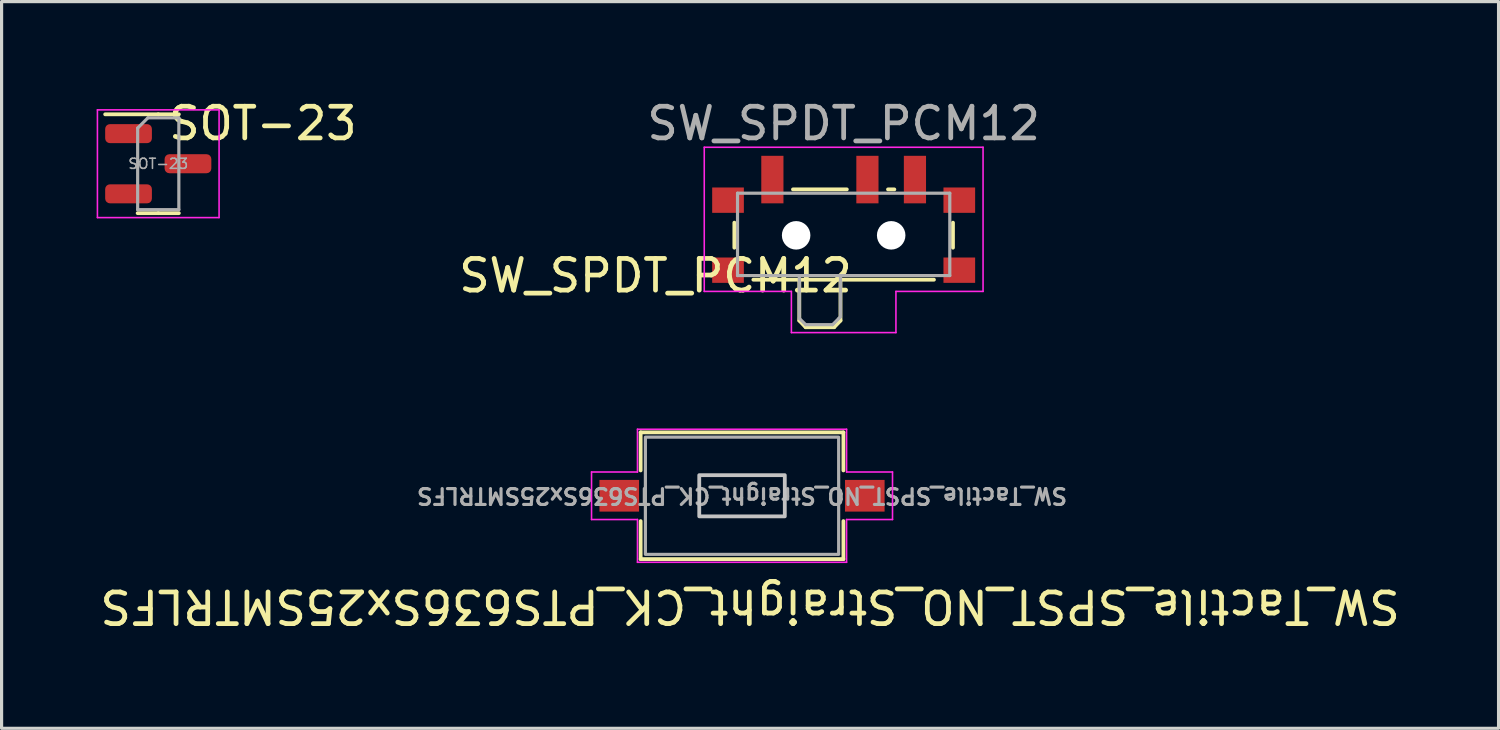
<source format=kicad_pcb>
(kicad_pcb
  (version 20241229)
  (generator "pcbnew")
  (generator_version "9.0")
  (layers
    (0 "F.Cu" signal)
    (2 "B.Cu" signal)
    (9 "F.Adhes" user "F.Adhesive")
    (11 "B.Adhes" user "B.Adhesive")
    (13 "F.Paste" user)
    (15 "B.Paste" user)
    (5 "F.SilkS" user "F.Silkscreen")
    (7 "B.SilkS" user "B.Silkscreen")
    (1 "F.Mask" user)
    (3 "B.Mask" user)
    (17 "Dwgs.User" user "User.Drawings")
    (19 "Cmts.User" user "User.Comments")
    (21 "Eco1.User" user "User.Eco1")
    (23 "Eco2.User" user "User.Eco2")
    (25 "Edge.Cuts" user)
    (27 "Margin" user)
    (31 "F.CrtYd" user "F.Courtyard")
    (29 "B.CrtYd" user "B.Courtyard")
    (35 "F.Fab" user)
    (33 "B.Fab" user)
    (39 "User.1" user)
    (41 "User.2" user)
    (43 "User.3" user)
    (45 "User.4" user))
  (footprint "SW_Tactile_SPST_NO_Straight_CK_PTS636Sx25SMTRLFS"
    (layer "F.Cu")
    (at 20.371 12.598)
    (property "Reference" "SW_Tactile_SPST_NO_Straight_CK_PTS636Sx25SMTRLFS" (at 0.254 3.491 180) (unlocked yes) (layer "F.SilkS") (effects (font (size 1 1) (thickness 0.15))))
    (attr smd)
    (fp_line (start -3.2 -2) (end -3.2 -0.8) (stroke (width 0.12) (type solid)) (layer "F.SilkS"))
    (fp_line (start -3.2 0.8) (end -3.2 2) (stroke (width 0.12) (type solid)) (layer "F.SilkS"))
    (fp_line (start -3.2 2) (end 3.2 2) (stroke (width 0.12) (type solid)) (layer "F.SilkS"))
    (fp_line (start 3.2 -2) (end -3.2 -2) (stroke (width 0.12) (type solid)) (layer "F.SilkS"))
    (fp_line (start 3.2 -0.8) (end 3.2 -2) (stroke (width 0.12) (type solid)) (layer "F.SilkS"))
    (fp_line (start 3.2 2) (end 3.2 0.8) (stroke (width 0.12) (type solid)) (layer "F.SilkS"))
    (fp_rect (start -1.35 -0.65) (end 1.35 0.65) (stroke (width 0.12) (type solid)) (fill no) (layer "Dwgs.User"))
    (fp_line (start -4.75 -0.75) (end -3.3 -0.75) (stroke (width 0.05) (type solid)) (layer "F.CrtYd"))
    (fp_line (start -4.75 0.75) (end -4.75 -0.75) (stroke (width 0.05) (type solid)) (layer "F.CrtYd"))
    (fp_line (start -3.3 -2.1) (end 3.3 -2.1) (stroke (width 0.05) (type solid)) (layer "F.CrtYd"))
    (fp_line (start -3.3 -0.75) (end -3.3 -2.1) (stroke (width 0.05) (type solid)) (layer "F.CrtYd"))
    (fp_line (start -3.3 0.75) (end -4.75 0.75) (stroke (width 0.05) (type solid)) (layer "F.CrtYd"))
    (fp_line (start -3.3 2.1) (end -3.3 0.75) (stroke (width 0.05) (type solid)) (layer "F.CrtYd"))
    (fp_line (start 3.3 -2.1) (end 3.3 -0.75) (stroke (width 0.05) (type solid)) (layer "F.CrtYd"))
    (fp_line (start 3.3 -0.75) (end 4.75 -0.75) (stroke (width 0.05) (type solid)) (layer "F.CrtYd"))
    (fp_line (start 3.3 0.75) (end 3.3 2.1) (stroke (width 0.05) (type solid)) (layer "F.CrtYd"))
    (fp_line (start 3.3 2.1) (end -3.3 2.1) (stroke (width 0.05) (type solid)) (layer "F.CrtYd"))
    (fp_line (start 4.75 -0.75) (end 4.75 0.75) (stroke (width 0.05) (type solid)) (layer "F.CrtYd"))
    (fp_line (start 4.75 0.75) (end 3.3 0.75) (stroke (width 0.05) (type solid)) (layer "F.CrtYd"))
    (fp_rect (start -3.05 -1.85) (end 3.05 1.85) (stroke (width 0.1) (type solid)) (fill no) (layer "F.Fab"))
    (fp_text user "${REFERENCE}" (at 0 0 180) (unlocked yes) (layer "F.Fab") (effects (font (size 0.5 0.5) (thickness 0.1))))
    (pad "1" smd rect (at -3.875 0 180) (size 1.25 1) (layers "F.Cu" "F.Mask" "F.Paste"))
    (pad "2" smd rect (at 3.875 0 180) (size 1.25 1) (layers "F.Cu" "F.Mask" "F.Paste")))
  (footprint "SW_SPDT_PCM12"
    (layer "F.Cu")
    (at 23.579 4.048)
    (property "Reference" "SW_SPDT_PCM12" (at -5.939 1.604 180) (layer "F.SilkS") (effects (font (size 1 1) (thickness 0.15))))
    (attr smd)
    (fp_line (start -3.45 -0.07) (end -3.45 0.72) (stroke (width 0.12) (type solid)) (layer "F.SilkS"))
    (fp_line (start -2.85 1.73) (end 2.85 1.73) (stroke (width 0.12) (type solid)) (layer "F.SilkS"))
    (fp_line (start -1.6 -1.12) (end 0.1 -1.12) (stroke (width 0.12) (type solid)) (layer "F.SilkS"))
    (fp_line (start -1.4 1.73) (end -1.4 3.02) (stroke (width 0.12) (type solid)) (layer "F.SilkS"))
    (fp_line (start -1.4 3.02) (end -1.2 3.23) (stroke (width 0.12) (type solid)) (layer "F.SilkS"))
    (fp_line (start -1.2 3.23) (end -0.3 3.23) (stroke (width 0.12) (type solid)) (layer "F.SilkS"))
    (fp_line (start -0.1 3.02) (end -0.3 3.23) (stroke (width 0.12) (type solid)) (layer "F.SilkS"))
    (fp_line (start -0.1 3.02) (end -0.1 1.73) (stroke (width 0.12) (type solid)) (layer "F.SilkS"))
    (fp_line (start 1.4 -1.12) (end 1.6 -1.12) (stroke (width 0.12) (type solid)) (layer "F.SilkS"))
    (fp_line (start 3.45 0.72) (end 3.45 -0.07) (stroke (width 0.12) (type solid)) (layer "F.SilkS"))
    (fp_line (start -4.4 -2.45) (end 4.4 -2.45) (stroke (width 0.05) (type solid)) (layer "F.CrtYd"))
    (fp_line (start -4.4 2.1) (end -4.4 -2.45) (stroke (width 0.05) (type solid)) (layer "F.CrtYd"))
    (fp_line (start -1.65 2.1) (end -4.4 2.1) (stroke (width 0.05) (type solid)) (layer "F.CrtYd"))
    (fp_line (start -1.65 3.4) (end -1.65 2.1) (stroke (width 0.05) (type solid)) (layer "F.CrtYd"))
    (fp_line (start 1.65 2.1) (end 1.65 3.4) (stroke (width 0.05) (type solid)) (layer "F.CrtYd"))
    (fp_line (start 1.65 3.4) (end -1.65 3.4) (stroke (width 0.05) (type solid)) (layer "F.CrtYd"))
    (fp_line (start 4.4 -2.45) (end 4.4 2.1) (stroke (width 0.05) (type solid)) (layer "F.CrtYd"))
    (fp_line (start 4.4 2.1) (end 1.65 2.1) (stroke (width 0.05) (type solid)) (layer "F.CrtYd"))
    (fp_line (start -3.35 -1) (end -3.35 1.6) (stroke (width 0.1) (type solid)) (layer "F.Fab"))
    (fp_line (start -3.35 1.6) (end 3.35 1.6) (stroke (width 0.1) (type solid)) (layer "F.Fab"))
    (fp_line (start -1.4 1.65) (end -1.4 2.95) (stroke (width 0.1) (type solid)) (layer "F.Fab"))
    (fp_line (start -1.4 2.95) (end -1.2 3.15) (stroke (width 0.1) (type solid)) (layer "F.Fab"))
    (fp_line (start -1.2 3.15) (end -0.35 3.15) (stroke (width 0.1) (type solid)) (layer "F.Fab"))
    (fp_line (start -0.35 3.15) (end -0.15 2.95) (stroke (width 0.1) (type solid)) (layer "F.Fab"))
    (fp_line (start -0.15 2.95) (end -0.1 2.9) (stroke (width 0.1) (type solid)) (layer "F.Fab"))
    (fp_line (start -0.1 2.9) (end -0.1 1.6) (stroke (width 0.1) (type solid)) (layer "F.Fab"))
    (fp_line (start 3.35 -1) (end -3.35 -1) (stroke (width 0.1) (type solid)) (layer "F.Fab"))
    (fp_line (start 3.35 1.6) (end 3.35 -1) (stroke (width 0.1) (type solid)) (layer "F.Fab"))
    (fp_text user "${REFERENCE}" (at 0 -3.2 180) (layer "F.Fab") (effects (font (size 1 1) (thickness 0.15))))
    (pad "" smd rect (at -3.65 -0.78) (size 1 0.8) (layers "F.Cu" "F.Mask" "F.Paste"))
    (pad "" smd rect (at -3.65 1.43) (size 1 0.8) (layers "F.Cu" "F.Mask" "F.Paste"))
    (pad "" np_thru_hole circle (at -1.5 0.33) (size 0.9 0.9) (drill 0.9) (layers "*.Cu" "*.Mask"))
    (pad "" np_thru_hole circle (at 1.5 0.33) (size 0.9 0.9) (drill 0.9) (layers "*.Cu" "*.Mask"))
    (pad "" smd rect (at 3.65 -0.78) (size 1 0.8) (layers "F.Cu" "F.Mask" "F.Paste"))
    (pad "" smd rect (at 3.65 1.43) (size 1 0.8) (layers "F.Cu" "F.Mask" "F.Paste"))
    (pad "1" smd rect (at -2.25 -1.43) (size 0.7 1.5) (layers "F.Cu" "F.Mask" "F.Paste"))
    (pad "2" smd rect (at 0.75 -1.43) (size 0.7 1.5) (layers "F.Cu" "F.Mask" "F.Paste"))
    (pad "3" smd rect (at 2.25 -1.43) (size 0.7 1.5) (layers "F.Cu" "F.Mask" "F.Paste")))
  (footprint "SOT-23"
    (layer "F.Cu")
    (at 1.945 2.118)
    (property "Reference" "SOT-23" (at 3.302 -1.27 0) (layer "F.SilkS") (effects (font (size 1 1) (thickness 0.15))))
    (attr smd)
    (fp_line (start 0 -1.56) (end -1.675 -1.56) (stroke (width 0.12) (type solid)) (layer "F.SilkS"))
    (fp_line (start 0 -1.56) (end 0.65 -1.56) (stroke (width 0.12) (type solid)) (layer "F.SilkS"))
    (fp_line (start 0 1.56) (end -0.65 1.56) (stroke (width 0.12) (type solid)) (layer "F.SilkS"))
    (fp_line (start 0 1.56) (end 0.65 1.56) (stroke (width 0.12) (type solid)) (layer "F.SilkS"))
    (fp_line (start -1.92 -1.7) (end -1.92 1.7) (stroke (width 0.05) (type solid)) (layer "F.CrtYd"))
    (fp_line (start -1.92 1.7) (end 1.92 1.7) (stroke (width 0.05) (type solid)) (layer "F.CrtYd"))
    (fp_line (start 1.92 -1.7) (end -1.92 -1.7) (stroke (width 0.05) (type solid)) (layer "F.CrtYd"))
    (fp_line (start 1.92 1.7) (end 1.92 -1.7) (stroke (width 0.05) (type solid)) (layer "F.CrtYd"))
    (fp_line (start -0.65 -1.125) (end -0.325 -1.45) (stroke (width 0.1) (type solid)) (layer "F.Fab"))
    (fp_line (start -0.65 1.45) (end -0.65 -1.125) (stroke (width 0.1) (type solid)) (layer "F.Fab"))
    (fp_line (start -0.325 -1.45) (end 0.65 -1.45) (stroke (width 0.1) (type solid)) (layer "F.Fab"))
    (fp_line (start 0.65 -1.45) (end 0.65 1.45) (stroke (width 0.1) (type solid)) (layer "F.Fab"))
    (fp_line (start 0.65 1.45) (end -0.65 1.45) (stroke (width 0.1) (type solid)) (layer "F.Fab"))
    (fp_text user "${REFERENCE}" (at 0 0 0) (layer "F.Fab") (effects (font (size 0.32 0.32) (thickness 0.05))))
    (pad "1" smd roundrect (at -0.938 -0.95) (size 1.475 0.6) (layers "F.Cu" "F.Mask" "F.Paste") (roundrect_rratio 0.25))
    (pad "2" smd roundrect (at -0.938 0.95) (size 1.475 0.6) (layers "F.Cu" "F.Mask" "F.Paste") (roundrect_rratio 0.25))
    (pad "3" smd roundrect (at 0.938 0) (size 1.475 0.6) (layers "F.Cu" "F.Mask" "F.Paste") (roundrect_rratio 0.25)))
  (gr_rect
    (start -3 -3)
    (end 44.25 19.938)
    (stroke (width 0.1) (type default))
    (fill no)
    (layer "Edge.Cuts")))
</source>
